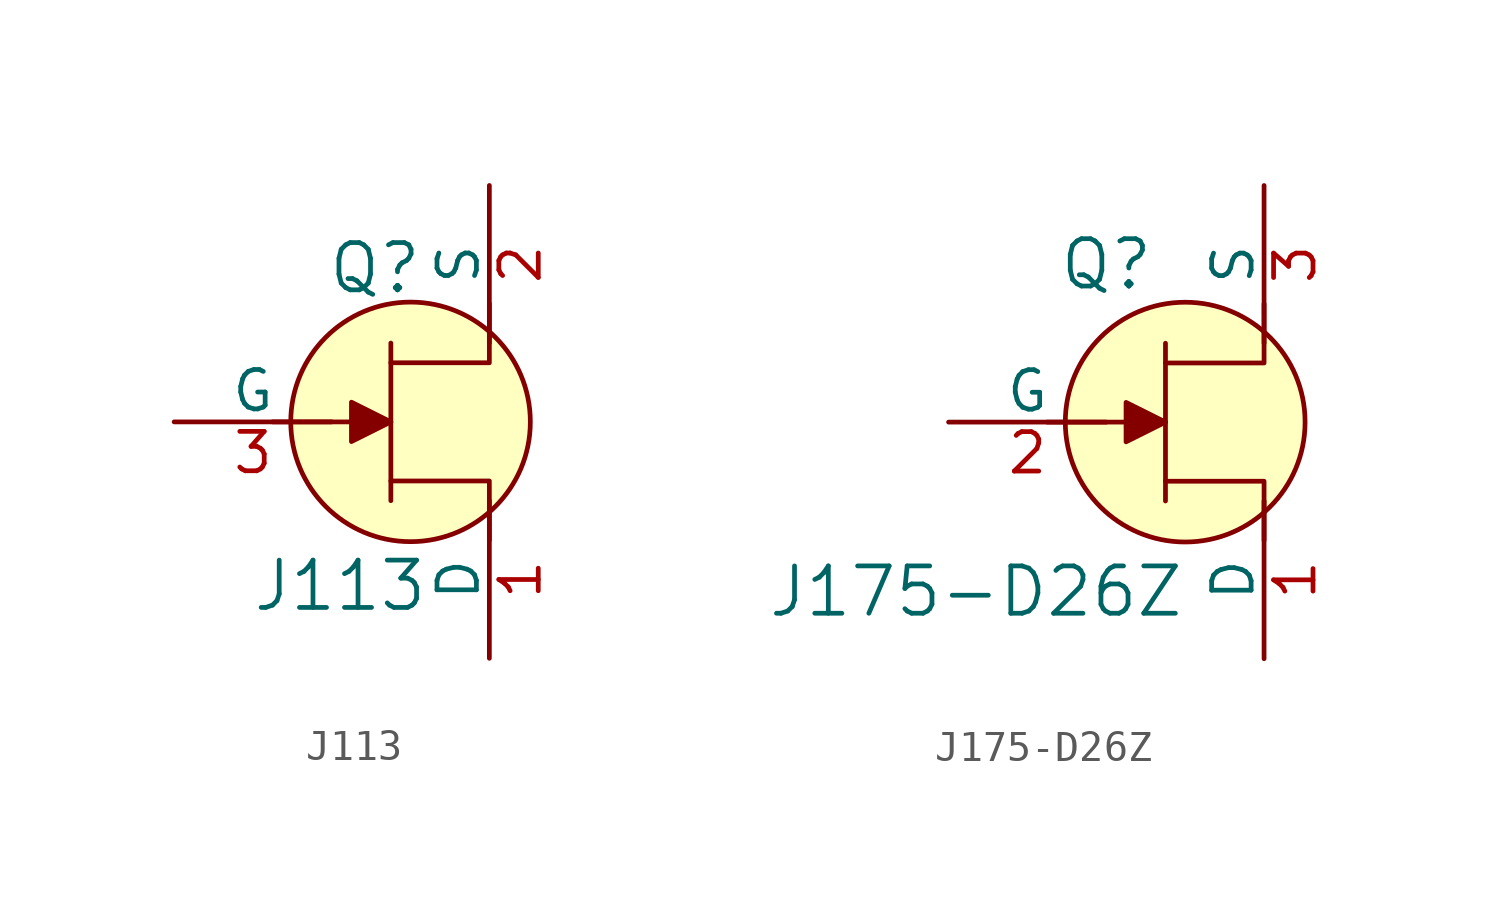
<source format=kicad_sym>
(kicad_symbol_lib
  (version 20220914)
  (generator kicad_symbol_editor)
  (symbol "J113"
    (pin_names
      (offset 0))
    (property "Reference" "Q"
      (at 0.406 4.953 0)
      (effects (font (size 1.524 1.524)) (justify right)))
    (property "Value" "J113"
      (at 0.584 -5.283 0)
      (effects (font (size 1.524 1.524)) (justify right)))
    (symbol "J113_0_1"
      (polyline (pts (xy -0.635 -2.54) (xy -0.635 2.54)) (stroke (width 0) (type default)) (fill (type none)))
      (polyline (pts (xy -0.635 0) (xy -4.445 0)) (stroke (width 0) (type default)) (fill (type none)))
      (polyline (pts (xy -0.635 -1.905) (xy 2.54 -1.905) (xy 2.54 -3.81)) (stroke (width 0) (type default)) (fill (type none)))
      (polyline (pts (xy -0.635 1.905) (xy 2.54 1.905) (xy 2.54 3.81)) (stroke (width 0) (type default)) (fill (type none))))
    (symbol "J113_1_1"
      (polyline (pts (xy -1.905 0.635) (xy -1.905 -0.635) (xy -0.635 0) (xy -1.905 0.635)) (stroke (width 0) (type default)) (fill (type outline)))
      (circle (center 0 0) (radius 3.861) (stroke (width 0) (type default)) (fill (type background)))
      (pin passive line (at 2.54 -7.62 90) (length 5.08) (name "D" (effects (font (size 1.27 1.27)))) (number "1" (effects (font (size 1.27 1.27)))))
      (pin passive line (at 2.54 7.62 270) (length 5.08) (name "S" (effects (font (size 1.27 1.27)))) (number "2" (effects (font (size 1.27 1.27)))))
      (pin input line (at -7.62 0 0) (length 5.08) (name "G" (effects (font (size 1.27 1.27)))) (number "3" (effects (font (size 1.27 1.27)))))))
  (symbol "J175-D26Z"
    (pin_names
      (offset 0))
    (property "Reference" "Q"
      (at -2.54 5.08 0)
      (effects (font (size 1.524 1.524))))
    (property "Value" "J175-D26Z"
      (at 0 -6.35 0)
      (effects (font (size 1.524 1.524)) (justify right bottom)))
    (symbol "J175-D26Z_0_1"
      (polyline (pts (xy -0.635 -2.54) (xy -0.635 2.54)) (stroke (width 0) (type default)) (fill (type none)))
      (polyline (pts (xy -0.635 0) (xy -4.445 0)) (stroke (width 0) (type default)) (fill (type none)))
      (polyline (pts (xy -0.635 -1.905) (xy 2.54 -1.905) (xy 2.54 -3.81)) (stroke (width 0) (type default)) (fill (type none)))
      (polyline (pts (xy -0.635 1.905) (xy 2.54 1.905) (xy 2.54 3.81)) (stroke (width 0) (type default)) (fill (type none))))
    (symbol "J175-D26Z_1_1"
      (polyline (pts (xy -1.905 0.635) (xy -1.905 -0.635) (xy -0.635 0) (xy -1.905 0.635)) (stroke (width 0) (type default)) (fill (type outline)))
      (circle (center 0 0) (radius 3.861) (stroke (width 0) (type default)) (fill (type background)))
      (pin bidirectional line (at 2.54 -7.62 90) (length 5.08) (name "D" (effects (font (size 1.27 1.27)))) (number "1" (effects (font (size 1.27 1.27)))))
      (pin input line (at -7.62 0 0) (length 5.08) (name "G" (effects (font (size 1.27 1.27)))) (number "2" (effects (font (size 1.27 1.27)))))
      (pin bidirectional line (at 2.54 7.62 270) (length 5.08) (name "S" (effects (font (size 1.27 1.27)))) (number "3" (effects (font (size 1.27 1.27))))))))
</source>
